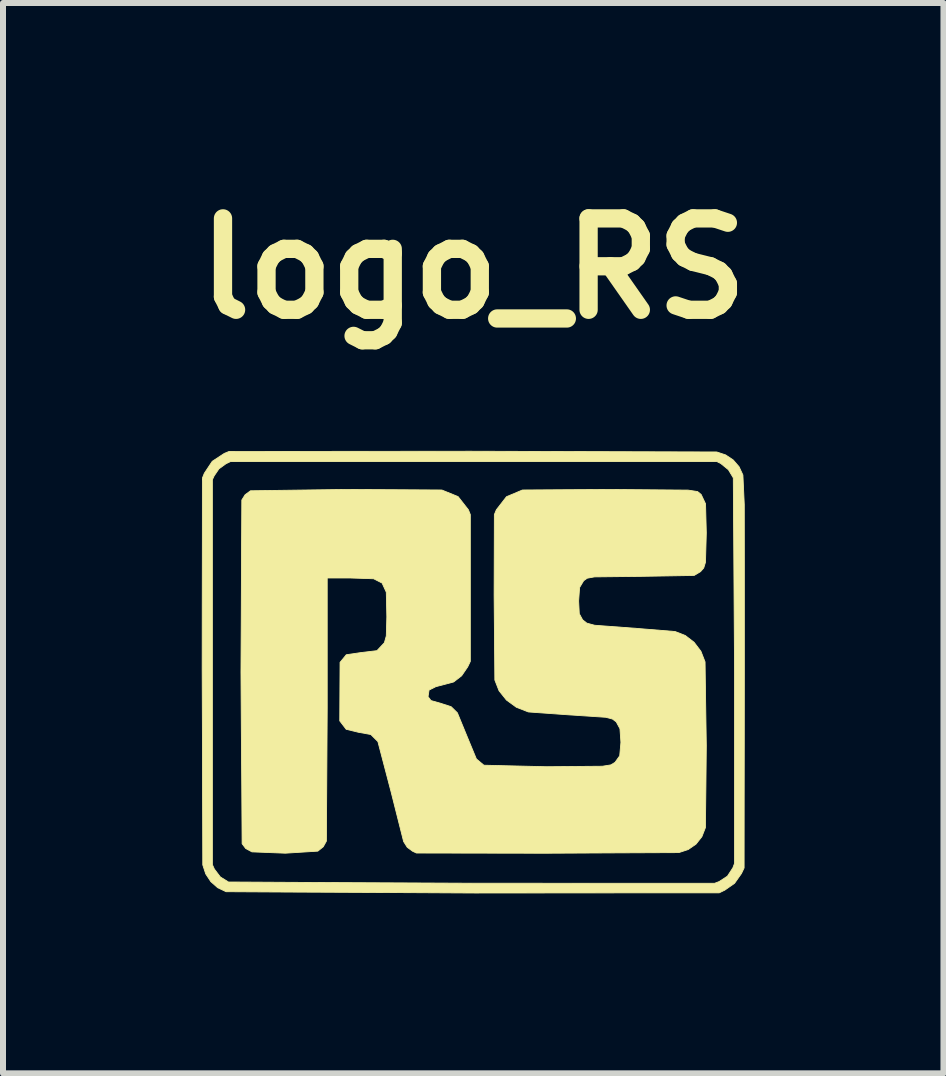
<source format=kicad_pcb>
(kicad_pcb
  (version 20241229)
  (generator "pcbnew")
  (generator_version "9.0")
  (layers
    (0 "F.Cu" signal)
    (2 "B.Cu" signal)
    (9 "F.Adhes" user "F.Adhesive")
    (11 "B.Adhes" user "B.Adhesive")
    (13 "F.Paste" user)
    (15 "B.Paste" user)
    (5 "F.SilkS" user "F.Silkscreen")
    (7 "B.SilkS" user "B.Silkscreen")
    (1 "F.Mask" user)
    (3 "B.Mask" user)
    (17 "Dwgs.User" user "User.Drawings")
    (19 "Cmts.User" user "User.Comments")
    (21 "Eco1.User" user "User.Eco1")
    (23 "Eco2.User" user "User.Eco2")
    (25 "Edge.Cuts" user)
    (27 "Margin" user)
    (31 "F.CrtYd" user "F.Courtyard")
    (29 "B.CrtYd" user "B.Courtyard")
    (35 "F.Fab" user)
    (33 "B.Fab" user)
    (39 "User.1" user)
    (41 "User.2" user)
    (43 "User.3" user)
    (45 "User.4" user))
  (footprint "logo_RS"
    (layer "F.Cu")
    (at 4.841 8.157)
    (property "Reference" "logo_RS" (at 0 -6.731 0) (layer "F.SilkS") (effects (font (size 1.524 1.524) (thickness 0.305))))
    (attr smd)
    (fp_poly (pts (xy -4.122 3.661) (xy -4.317 3.283) (xy -4.217 3.415) (xy -4.082 3.499) (xy -3.061 3.505) (xy -2.04 3.51) (xy -1.018 3.515) (xy 0.003 3.52) (xy 1.008 3.52) (xy 2.013 3.521) (xy 3.019 3.521) (xy 4.024 3.521) (xy 4.1 3.492) (xy 4.1 3.492) (xy 4.238 3.402) (xy 4.328 3.264) (xy 4.357 3.188) (xy 4.357 2.129) (xy 4.357 1.069) (xy 4.357 0.01) (xy 4.35 -1.073) (xy 4.343 -2.156) (xy 4.336 -3.239) (xy 4.254 -3.375) (xy 4.125 -3.48) (xy 4.059 -3.512) (xy 3.046 -3.512) (xy 2.033 -3.512) (xy 1.02 -3.512) (xy 0.007 -3.512) (xy -1.006 -3.512) (xy -2.02 -3.512) (xy -3.033 -3.512) (xy -4.046 -3.512) (xy -4.124 -3.474) (xy -4.24 -3.39) (xy -4.321 -3.271) (xy -4.35 -3.208) (xy -4.35 -2.138) (xy -4.35 -1.069) (xy -4.35 0.001) (xy -4.35 1.071) (xy -4.35 2.14) (xy -4.35 3.21) (xy -4.317 3.283) (xy -4.122 3.661) (xy -4.262 3.594) (xy -4.376 3.493) (xy -4.461 3.364) (xy -4.51 3.214) (xy -4.513 2.127) (xy -4.516 1.039) (xy -4.52 -0.048) (xy -4.519 -1.111) (xy -4.517 -2.173) (xy -4.516 -3.236) (xy -4.484 -3.316) (xy -4.352 -3.515) (xy -4.151 -3.647) (xy -4.073 -3.679) (xy -3.067 -3.68) (xy -2.061 -3.681) (xy -1.054 -3.682) (xy -0.048 -3.683) (xy 0.979 -3.68) (xy 2.006 -3.677) (xy 3.033 -3.674) (xy 4.06 -3.671) (xy 4.208 -3.622) (xy 4.334 -3.538) (xy 4.432 -3.425) (xy 4.496 -3.287) (xy 4.519 -2.792) (xy 4.52 -1.85) (xy 4.52 -0.907) (xy 4.52 0.035) (xy 4.519 1.112) (xy 4.517 2.188) (xy 4.516 3.265) (xy 4.472 3.358) (xy 4.357 3.521) (xy 4.194 3.635) (xy 4.101 3.68) (xy 3.083 3.68) (xy 2.064 3.681) (xy 1.046 3.682) (xy 0.028 3.683) (xy -1.01 3.677) (xy -2.047 3.672) (xy -3.085 3.667) (xy -4.122 3.661) (xy -4.122 3.661) (xy -4.122 3.661)) (stroke (width 0.014) (type solid)) (fill yes) (layer "F.SilkS"))
    (fp_poly (pts (xy -3.69 2.997) (xy -3.794 2.941) (xy -3.854 2.861) (xy -3.86 1.906) (xy -3.867 0.952) (xy -3.873 -0.002) (xy -3.868 -0.958) (xy -3.864 -1.914) (xy -3.859 -2.87) (xy -3.804 -2.958) (xy -3.714 -3.024) (xy -2.929 -3.035) (xy -2.145 -3.046) (xy -1.335 -3.042) (xy -0.524 -3.037) (xy -0.253 -2.927) (xy -0.081 -2.707) (xy -0.049 -2.627) (xy -0.049 -1.403) (xy -0.049 -0.179) (xy -0.093 -0.087) (xy -0.194 0.061) (xy -0.327 0.164) (xy -0.625 0.243) (xy -0.737 0.299) (xy -0.754 0.409) (xy -0.705 0.474) (xy -0.548 0.518) (xy -0.368 0.577) (xy -0.265 0.678) (xy -0.097 1.087) (xy 0.052 1.447) (xy 0.177 1.552) (xy 1.224 1.577) (xy 2.153 1.569) (xy 2.292 1.547) (xy 2.363 1.505) (xy 2.442 1.395) (xy 2.462 1.171) (xy 2.446 0.944) (xy 2.384 0.829) (xy 2.321 0.782) (xy 2.211 0.753) (xy 1.604 0.713) (xy 0.919 0.664) (xy 0.719 0.586) (xy 0.553 0.465) (xy 0.43 0.311) (xy 0.36 0.132) (xy 0.354 -0.577) (xy 0.348 -1.286) (xy 0.35 -1.957) (xy 0.352 -2.627) (xy 0.385 -2.707) (xy 0.554 -2.925) (xy 0.82 -3.037) (xy 1.558 -3.042) (xy 2.296 -3.046) (xy 3.582 -3.035) (xy 3.74 -3.011) (xy 3.8 -2.962) (xy 3.873 -2.807) (xy 3.886 -2.323) (xy 3.872 -1.832) (xy 3.843 -1.737) (xy 3.79 -1.676) (xy 3.683 -1.612) (xy 2.804 -1.597) (xy 2.018 -1.588) (xy 1.9 -1.566) (xy 1.841 -1.524) (xy 1.773 -1.411) (xy 1.757 -1.186) (xy 1.768 -0.974) (xy 1.823 -0.873) (xy 1.893 -0.817) (xy 2.023 -0.782) (xy 2.766 -0.726) (xy 3.366 -0.677) (xy 3.535 -0.611) (xy 3.682 -0.498) (xy 3.796 -0.348) (xy 3.865 -0.171) (xy 3.875 0.527) (xy 3.886 1.225) (xy 3.879 1.909) (xy 3.871 2.593) (xy 3.812 2.744) (xy 3.714 2.868) (xy 3.584 2.958) (xy 3.428 3.009) (xy 2.312 3.014) (xy 1.196 3.02) (xy 0.124 3.018) (xy -0.948 3.016) (xy -1.012 2.986) (xy -1.101 2.92) (xy -1.161 2.825) (xy -1.369 2) (xy -1.59 1.158) (xy -1.708 1.04) (xy -1.914 1.003) (xy -2.119 0.953) (xy -2.226 0.813) (xy -2.221 -0.163) (xy -2.117 -0.29) (xy -1.881 -0.325) (xy -1.606 -0.358) (xy -1.482 -0.49) (xy -1.45 -0.603) (xy -1.441 -0.921) (xy -1.45 -1.333) (xy -1.52 -1.485) (xy -1.661 -1.557) (xy -2.059 -1.57) (xy -2.435 -1.57) (xy -2.435 -0.486) (xy -2.435 0.598) (xy -2.442 1.708) (xy -2.449 2.818) (xy -2.501 2.912) (xy -2.592 2.985) (xy -3.133 3.019) (xy -3.69 2.997) (xy -3.69 2.997) (xy -3.69 2.997)) (stroke (width 0.014) (type solid)) (fill yes) (layer "F.SilkS")))
  (gr_rect
    (start -3 -3)
    (end 12.681 14.847)
    (stroke (width 0.1) (type default))
    (fill no)
    (layer "Edge.Cuts")))
</source>
